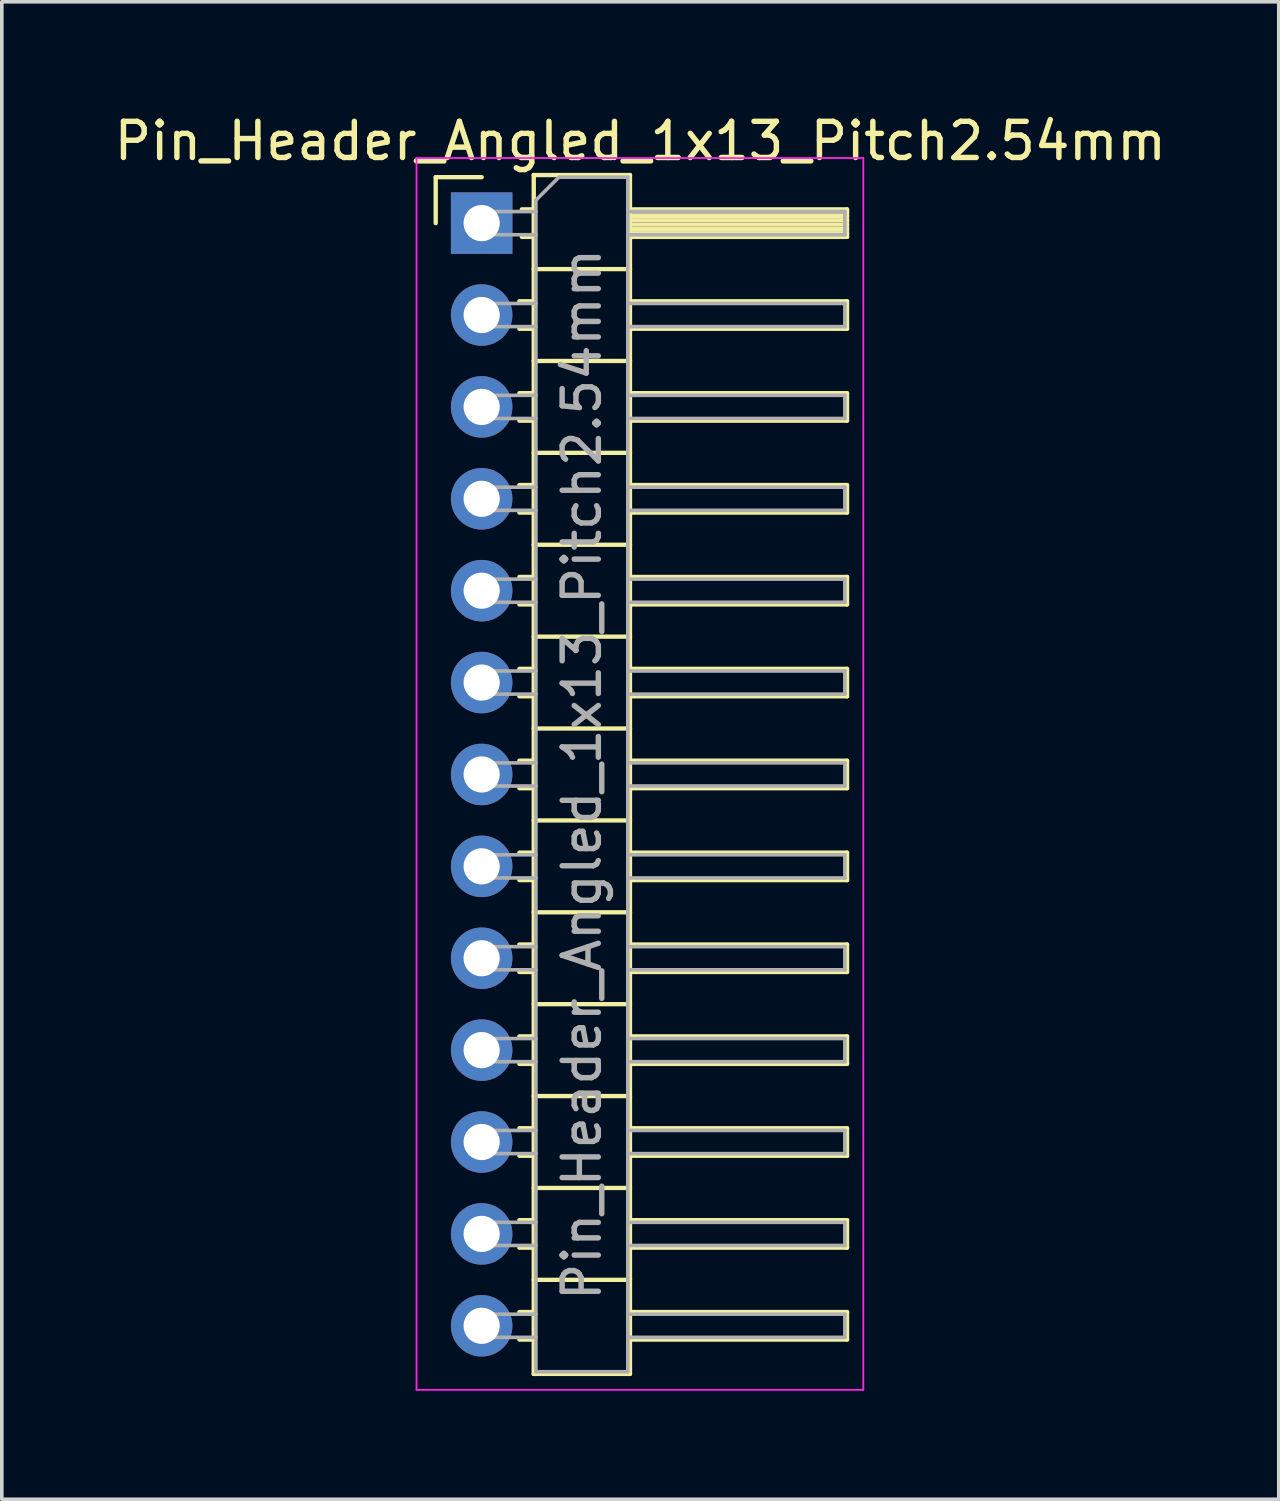
<source format=kicad_pcb>
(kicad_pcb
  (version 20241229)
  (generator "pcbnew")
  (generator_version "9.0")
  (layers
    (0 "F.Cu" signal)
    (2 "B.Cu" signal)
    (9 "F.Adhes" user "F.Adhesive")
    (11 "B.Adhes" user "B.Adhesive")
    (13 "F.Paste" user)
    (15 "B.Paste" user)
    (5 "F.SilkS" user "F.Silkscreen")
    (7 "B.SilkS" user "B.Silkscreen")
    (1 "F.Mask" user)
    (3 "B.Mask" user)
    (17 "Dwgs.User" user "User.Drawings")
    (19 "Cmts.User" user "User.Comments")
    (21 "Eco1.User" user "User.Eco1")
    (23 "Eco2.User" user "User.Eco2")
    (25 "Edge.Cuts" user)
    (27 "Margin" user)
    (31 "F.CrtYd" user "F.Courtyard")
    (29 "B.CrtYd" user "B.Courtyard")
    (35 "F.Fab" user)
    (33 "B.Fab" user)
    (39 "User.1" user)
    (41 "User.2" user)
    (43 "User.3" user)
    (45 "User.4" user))
  (footprint "Pin_Header_Angled_1x13_Pitch2.54mm"
    (layer "F.Cu")
    (at 10.264 3.118)
    (property "Reference" "Pin_Header_Angled_1x13_Pitch2.54mm" (at 4.385 -2.27 0) (layer "F.SilkS") (effects (font (size 1 1) (thickness 0.15))))
    (attr through_hole)
    (fp_line (start -1.27 -1.27) (end 0 -1.27) (stroke (width 0.12) (type solid)) (layer "F.SilkS"))
    (fp_line (start -1.27 0) (end -1.27 -1.27) (stroke (width 0.12) (type solid)) (layer "F.SilkS"))
    (fp_line (start 1.043 2.16) (end 1.44 2.16) (stroke (width 0.12) (type solid)) (layer "F.SilkS"))
    (fp_line (start 1.043 2.92) (end 1.44 2.92) (stroke (width 0.12) (type solid)) (layer "F.SilkS"))
    (fp_line (start 1.043 4.7) (end 1.44 4.7) (stroke (width 0.12) (type solid)) (layer "F.SilkS"))
    (fp_line (start 1.043 5.46) (end 1.44 5.46) (stroke (width 0.12) (type solid)) (layer "F.SilkS"))
    (fp_line (start 1.043 7.24) (end 1.44 7.24) (stroke (width 0.12) (type solid)) (layer "F.SilkS"))
    (fp_line (start 1.043 8) (end 1.44 8) (stroke (width 0.12) (type solid)) (layer "F.SilkS"))
    (fp_line (start 1.043 9.78) (end 1.44 9.78) (stroke (width 0.12) (type solid)) (layer "F.SilkS"))
    (fp_line (start 1.043 10.54) (end 1.44 10.54) (stroke (width 0.12) (type solid)) (layer "F.SilkS"))
    (fp_line (start 1.043 12.32) (end 1.44 12.32) (stroke (width 0.12) (type solid)) (layer "F.SilkS"))
    (fp_line (start 1.043 13.08) (end 1.44 13.08) (stroke (width 0.12) (type solid)) (layer "F.SilkS"))
    (fp_line (start 1.043 14.86) (end 1.44 14.86) (stroke (width 0.12) (type solid)) (layer "F.SilkS"))
    (fp_line (start 1.043 15.62) (end 1.44 15.62) (stroke (width 0.12) (type solid)) (layer "F.SilkS"))
    (fp_line (start 1.043 17.4) (end 1.44 17.4) (stroke (width 0.12) (type solid)) (layer "F.SilkS"))
    (fp_line (start 1.043 18.16) (end 1.44 18.16) (stroke (width 0.12) (type solid)) (layer "F.SilkS"))
    (fp_line (start 1.043 19.94) (end 1.44 19.94) (stroke (width 0.12) (type solid)) (layer "F.SilkS"))
    (fp_line (start 1.043 20.7) (end 1.44 20.7) (stroke (width 0.12) (type solid)) (layer "F.SilkS"))
    (fp_line (start 1.043 22.48) (end 1.44 22.48) (stroke (width 0.12) (type solid)) (layer "F.SilkS"))
    (fp_line (start 1.043 23.24) (end 1.44 23.24) (stroke (width 0.12) (type solid)) (layer "F.SilkS"))
    (fp_line (start 1.043 25.02) (end 1.44 25.02) (stroke (width 0.12) (type solid)) (layer "F.SilkS"))
    (fp_line (start 1.043 25.78) (end 1.44 25.78) (stroke (width 0.12) (type solid)) (layer "F.SilkS"))
    (fp_line (start 1.043 27.56) (end 1.44 27.56) (stroke (width 0.12) (type solid)) (layer "F.SilkS"))
    (fp_line (start 1.043 28.32) (end 1.44 28.32) (stroke (width 0.12) (type solid)) (layer "F.SilkS"))
    (fp_line (start 1.043 30.1) (end 1.44 30.1) (stroke (width 0.12) (type solid)) (layer "F.SilkS"))
    (fp_line (start 1.043 30.86) (end 1.44 30.86) (stroke (width 0.12) (type solid)) (layer "F.SilkS"))
    (fp_line (start 1.11 -0.38) (end 1.44 -0.38) (stroke (width 0.12) (type solid)) (layer "F.SilkS"))
    (fp_line (start 1.11 0.38) (end 1.44 0.38) (stroke (width 0.12) (type solid)) (layer "F.SilkS"))
    (fp_line (start 1.44 -1.33) (end 1.44 31.81) (stroke (width 0.12) (type solid)) (layer "F.SilkS"))
    (fp_line (start 1.44 1.27) (end 4.1 1.27) (stroke (width 0.12) (type solid)) (layer "F.SilkS"))
    (fp_line (start 1.44 3.81) (end 4.1 3.81) (stroke (width 0.12) (type solid)) (layer "F.SilkS"))
    (fp_line (start 1.44 6.35) (end 4.1 6.35) (stroke (width 0.12) (type solid)) (layer "F.SilkS"))
    (fp_line (start 1.44 8.89) (end 4.1 8.89) (stroke (width 0.12) (type solid)) (layer "F.SilkS"))
    (fp_line (start 1.44 11.43) (end 4.1 11.43) (stroke (width 0.12) (type solid)) (layer "F.SilkS"))
    (fp_line (start 1.44 13.97) (end 4.1 13.97) (stroke (width 0.12) (type solid)) (layer "F.SilkS"))
    (fp_line (start 1.44 16.51) (end 4.1 16.51) (stroke (width 0.12) (type solid)) (layer "F.SilkS"))
    (fp_line (start 1.44 19.05) (end 4.1 19.05) (stroke (width 0.12) (type solid)) (layer "F.SilkS"))
    (fp_line (start 1.44 21.59) (end 4.1 21.59) (stroke (width 0.12) (type solid)) (layer "F.SilkS"))
    (fp_line (start 1.44 24.13) (end 4.1 24.13) (stroke (width 0.12) (type solid)) (layer "F.SilkS"))
    (fp_line (start 1.44 26.67) (end 4.1 26.67) (stroke (width 0.12) (type solid)) (layer "F.SilkS"))
    (fp_line (start 1.44 29.21) (end 4.1 29.21) (stroke (width 0.12) (type solid)) (layer "F.SilkS"))
    (fp_line (start 1.44 31.81) (end 4.1 31.81) (stroke (width 0.12) (type solid)) (layer "F.SilkS"))
    (fp_line (start 4.1 -1.33) (end 1.44 -1.33) (stroke (width 0.12) (type solid)) (layer "F.SilkS"))
    (fp_line (start 4.1 -0.38) (end 10.1 -0.38) (stroke (width 0.12) (type solid)) (layer "F.SilkS"))
    (fp_line (start 4.1 -0.32) (end 10.1 -0.32) (stroke (width 0.12) (type solid)) (layer "F.SilkS"))
    (fp_line (start 4.1 -0.2) (end 10.1 -0.2) (stroke (width 0.12) (type solid)) (layer "F.SilkS"))
    (fp_line (start 4.1 -0.08) (end 10.1 -0.08) (stroke (width 0.12) (type solid)) (layer "F.SilkS"))
    (fp_line (start 4.1 0.04) (end 10.1 0.04) (stroke (width 0.12) (type solid)) (layer "F.SilkS"))
    (fp_line (start 4.1 0.16) (end 10.1 0.16) (stroke (width 0.12) (type solid)) (layer "F.SilkS"))
    (fp_line (start 4.1 0.28) (end 10.1 0.28) (stroke (width 0.12) (type solid)) (layer "F.SilkS"))
    (fp_line (start 4.1 2.16) (end 10.1 2.16) (stroke (width 0.12) (type solid)) (layer "F.SilkS"))
    (fp_line (start 4.1 4.7) (end 10.1 4.7) (stroke (width 0.12) (type solid)) (layer "F.SilkS"))
    (fp_line (start 4.1 7.24) (end 10.1 7.24) (stroke (width 0.12) (type solid)) (layer "F.SilkS"))
    (fp_line (start 4.1 9.78) (end 10.1 9.78) (stroke (width 0.12) (type solid)) (layer "F.SilkS"))
    (fp_line (start 4.1 12.32) (end 10.1 12.32) (stroke (width 0.12) (type solid)) (layer "F.SilkS"))
    (fp_line (start 4.1 14.86) (end 10.1 14.86) (stroke (width 0.12) (type solid)) (layer "F.SilkS"))
    (fp_line (start 4.1 17.4) (end 10.1 17.4) (stroke (width 0.12) (type solid)) (layer "F.SilkS"))
    (fp_line (start 4.1 19.94) (end 10.1 19.94) (stroke (width 0.12) (type solid)) (layer "F.SilkS"))
    (fp_line (start 4.1 22.48) (end 10.1 22.48) (stroke (width 0.12) (type solid)) (layer "F.SilkS"))
    (fp_line (start 4.1 25.02) (end 10.1 25.02) (stroke (width 0.12) (type solid)) (layer "F.SilkS"))
    (fp_line (start 4.1 27.56) (end 10.1 27.56) (stroke (width 0.12) (type solid)) (layer "F.SilkS"))
    (fp_line (start 4.1 30.1) (end 10.1 30.1) (stroke (width 0.12) (type solid)) (layer "F.SilkS"))
    (fp_line (start 4.1 31.81) (end 4.1 -1.33) (stroke (width 0.12) (type solid)) (layer "F.SilkS"))
    (fp_line (start 10.1 -0.38) (end 10.1 0.38) (stroke (width 0.12) (type solid)) (layer "F.SilkS"))
    (fp_line (start 10.1 0.38) (end 4.1 0.38) (stroke (width 0.12) (type solid)) (layer "F.SilkS"))
    (fp_line (start 10.1 2.16) (end 10.1 2.92) (stroke (width 0.12) (type solid)) (layer "F.SilkS"))
    (fp_line (start 10.1 2.92) (end 4.1 2.92) (stroke (width 0.12) (type solid)) (layer "F.SilkS"))
    (fp_line (start 10.1 4.7) (end 10.1 5.46) (stroke (width 0.12) (type solid)) (layer "F.SilkS"))
    (fp_line (start 10.1 5.46) (end 4.1 5.46) (stroke (width 0.12) (type solid)) (layer "F.SilkS"))
    (fp_line (start 10.1 7.24) (end 10.1 8) (stroke (width 0.12) (type solid)) (layer "F.SilkS"))
    (fp_line (start 10.1 8) (end 4.1 8) (stroke (width 0.12) (type solid)) (layer "F.SilkS"))
    (fp_line (start 10.1 9.78) (end 10.1 10.54) (stroke (width 0.12) (type solid)) (layer "F.SilkS"))
    (fp_line (start 10.1 10.54) (end 4.1 10.54) (stroke (width 0.12) (type solid)) (layer "F.SilkS"))
    (fp_line (start 10.1 12.32) (end 10.1 13.08) (stroke (width 0.12) (type solid)) (layer "F.SilkS"))
    (fp_line (start 10.1 13.08) (end 4.1 13.08) (stroke (width 0.12) (type solid)) (layer "F.SilkS"))
    (fp_line (start 10.1 14.86) (end 10.1 15.62) (stroke (width 0.12) (type solid)) (layer "F.SilkS"))
    (fp_line (start 10.1 15.62) (end 4.1 15.62) (stroke (width 0.12) (type solid)) (layer "F.SilkS"))
    (fp_line (start 10.1 17.4) (end 10.1 18.16) (stroke (width 0.12) (type solid)) (layer "F.SilkS"))
    (fp_line (start 10.1 18.16) (end 4.1 18.16) (stroke (width 0.12) (type solid)) (layer "F.SilkS"))
    (fp_line (start 10.1 19.94) (end 10.1 20.7) (stroke (width 0.12) (type solid)) (layer "F.SilkS"))
    (fp_line (start 10.1 20.7) (end 4.1 20.7) (stroke (width 0.12) (type solid)) (layer "F.SilkS"))
    (fp_line (start 10.1 22.48) (end 10.1 23.24) (stroke (width 0.12) (type solid)) (layer "F.SilkS"))
    (fp_line (start 10.1 23.24) (end 4.1 23.24) (stroke (width 0.12) (type solid)) (layer "F.SilkS"))
    (fp_line (start 10.1 25.02) (end 10.1 25.78) (stroke (width 0.12) (type solid)) (layer "F.SilkS"))
    (fp_line (start 10.1 25.78) (end 4.1 25.78) (stroke (width 0.12) (type solid)) (layer "F.SilkS"))
    (fp_line (start 10.1 27.56) (end 10.1 28.32) (stroke (width 0.12) (type solid)) (layer "F.SilkS"))
    (fp_line (start 10.1 28.32) (end 4.1 28.32) (stroke (width 0.12) (type solid)) (layer "F.SilkS"))
    (fp_line (start 10.1 30.1) (end 10.1 30.86) (stroke (width 0.12) (type solid)) (layer "F.SilkS"))
    (fp_line (start 10.1 30.86) (end 4.1 30.86) (stroke (width 0.12) (type solid)) (layer "F.SilkS"))
    (fp_line (start -1.8 -1.8) (end -1.8 32.25) (stroke (width 0.05) (type solid)) (layer "F.CrtYd"))
    (fp_line (start -1.8 32.25) (end 10.55 32.25) (stroke (width 0.05) (type solid)) (layer "F.CrtYd"))
    (fp_line (start 10.55 -1.8) (end -1.8 -1.8) (stroke (width 0.05) (type solid)) (layer "F.CrtYd"))
    (fp_line (start 10.55 32.25) (end 10.55 -1.8) (stroke (width 0.05) (type solid)) (layer "F.CrtYd"))
    (fp_line (start -0.32 -0.32) (end -0.32 0.32) (stroke (width 0.1) (type solid)) (layer "F.Fab"))
    (fp_line (start -0.32 -0.32) (end 1.5 -0.32) (stroke (width 0.1) (type solid)) (layer "F.Fab"))
    (fp_line (start -0.32 0.32) (end 1.5 0.32) (stroke (width 0.1) (type solid)) (layer "F.Fab"))
    (fp_line (start -0.32 2.22) (end -0.32 2.86) (stroke (width 0.1) (type solid)) (layer "F.Fab"))
    (fp_line (start -0.32 2.22) (end 1.5 2.22) (stroke (width 0.1) (type solid)) (layer "F.Fab"))
    (fp_line (start -0.32 2.86) (end 1.5 2.86) (stroke (width 0.1) (type solid)) (layer "F.Fab"))
    (fp_line (start -0.32 4.76) (end -0.32 5.4) (stroke (width 0.1) (type solid)) (layer "F.Fab"))
    (fp_line (start -0.32 4.76) (end 1.5 4.76) (stroke (width 0.1) (type solid)) (layer "F.Fab"))
    (fp_line (start -0.32 5.4) (end 1.5 5.4) (stroke (width 0.1) (type solid)) (layer "F.Fab"))
    (fp_line (start -0.32 7.3) (end -0.32 7.94) (stroke (width 0.1) (type solid)) (layer "F.Fab"))
    (fp_line (start -0.32 7.3) (end 1.5 7.3) (stroke (width 0.1) (type solid)) (layer "F.Fab"))
    (fp_line (start -0.32 7.94) (end 1.5 7.94) (stroke (width 0.1) (type solid)) (layer "F.Fab"))
    (fp_line (start -0.32 9.84) (end -0.32 10.48) (stroke (width 0.1) (type solid)) (layer "F.Fab"))
    (fp_line (start -0.32 9.84) (end 1.5 9.84) (stroke (width 0.1) (type solid)) (layer "F.Fab"))
    (fp_line (start -0.32 10.48) (end 1.5 10.48) (stroke (width 0.1) (type solid)) (layer "F.Fab"))
    (fp_line (start -0.32 12.38) (end -0.32 13.02) (stroke (width 0.1) (type solid)) (layer "F.Fab"))
    (fp_line (start -0.32 12.38) (end 1.5 12.38) (stroke (width 0.1) (type solid)) (layer "F.Fab"))
    (fp_line (start -0.32 13.02) (end 1.5 13.02) (stroke (width 0.1) (type solid)) (layer "F.Fab"))
    (fp_line (start -0.32 14.92) (end -0.32 15.56) (stroke (width 0.1) (type solid)) (layer "F.Fab"))
    (fp_line (start -0.32 14.92) (end 1.5 14.92) (stroke (width 0.1) (type solid)) (layer "F.Fab"))
    (fp_line (start -0.32 15.56) (end 1.5 15.56) (stroke (width 0.1) (type solid)) (layer "F.Fab"))
    (fp_line (start -0.32 17.46) (end -0.32 18.1) (stroke (width 0.1) (type solid)) (layer "F.Fab"))
    (fp_line (start -0.32 17.46) (end 1.5 17.46) (stroke (width 0.1) (type solid)) (layer "F.Fab"))
    (fp_line (start -0.32 18.1) (end 1.5 18.1) (stroke (width 0.1) (type solid)) (layer "F.Fab"))
    (fp_line (start -0.32 20) (end -0.32 20.64) (stroke (width 0.1) (type solid)) (layer "F.Fab"))
    (fp_line (start -0.32 20) (end 1.5 20) (stroke (width 0.1) (type solid)) (layer "F.Fab"))
    (fp_line (start -0.32 20.64) (end 1.5 20.64) (stroke (width 0.1) (type solid)) (layer "F.Fab"))
    (fp_line (start -0.32 22.54) (end -0.32 23.18) (stroke (width 0.1) (type solid)) (layer "F.Fab"))
    (fp_line (start -0.32 22.54) (end 1.5 22.54) (stroke (width 0.1) (type solid)) (layer "F.Fab"))
    (fp_line (start -0.32 23.18) (end 1.5 23.18) (stroke (width 0.1) (type solid)) (layer "F.Fab"))
    (fp_line (start -0.32 25.08) (end -0.32 25.72) (stroke (width 0.1) (type solid)) (layer "F.Fab"))
    (fp_line (start -0.32 25.08) (end 1.5 25.08) (stroke (width 0.1) (type solid)) (layer "F.Fab"))
    (fp_line (start -0.32 25.72) (end 1.5 25.72) (stroke (width 0.1) (type solid)) (layer "F.Fab"))
    (fp_line (start -0.32 27.62) (end -0.32 28.26) (stroke (width 0.1) (type solid)) (layer "F.Fab"))
    (fp_line (start -0.32 27.62) (end 1.5 27.62) (stroke (width 0.1) (type solid)) (layer "F.Fab"))
    (fp_line (start -0.32 28.26) (end 1.5 28.26) (stroke (width 0.1) (type solid)) (layer "F.Fab"))
    (fp_line (start -0.32 30.16) (end -0.32 30.8) (stroke (width 0.1) (type solid)) (layer "F.Fab"))
    (fp_line (start -0.32 30.16) (end 1.5 30.16) (stroke (width 0.1) (type solid)) (layer "F.Fab"))
    (fp_line (start -0.32 30.8) (end 1.5 30.8) (stroke (width 0.1) (type solid)) (layer "F.Fab"))
    (fp_line (start 1.5 -0.635) (end 2.135 -1.27) (stroke (width 0.1) (type solid)) (layer "F.Fab"))
    (fp_line (start 1.5 31.75) (end 1.5 -0.635) (stroke (width 0.1) (type solid)) (layer "F.Fab"))
    (fp_line (start 2.135 -1.27) (end 4.04 -1.27) (stroke (width 0.1) (type solid)) (layer "F.Fab"))
    (fp_line (start 4.04 -1.27) (end 4.04 31.75) (stroke (width 0.1) (type solid)) (layer "F.Fab"))
    (fp_line (start 4.04 -0.32) (end 10.04 -0.32) (stroke (width 0.1) (type solid)) (layer "F.Fab"))
    (fp_line (start 4.04 0.32) (end 10.04 0.32) (stroke (width 0.1) (type solid)) (layer "F.Fab"))
    (fp_line (start 4.04 2.22) (end 10.04 2.22) (stroke (width 0.1) (type solid)) (layer "F.Fab"))
    (fp_line (start 4.04 2.86) (end 10.04 2.86) (stroke (width 0.1) (type solid)) (layer "F.Fab"))
    (fp_line (start 4.04 4.76) (end 10.04 4.76) (stroke (width 0.1) (type solid)) (layer "F.Fab"))
    (fp_line (start 4.04 5.4) (end 10.04 5.4) (stroke (width 0.1) (type solid)) (layer "F.Fab"))
    (fp_line (start 4.04 7.3) (end 10.04 7.3) (stroke (width 0.1) (type solid)) (layer "F.Fab"))
    (fp_line (start 4.04 7.94) (end 10.04 7.94) (stroke (width 0.1) (type solid)) (layer "F.Fab"))
    (fp_line (start 4.04 9.84) (end 10.04 9.84) (stroke (width 0.1) (type solid)) (layer "F.Fab"))
    (fp_line (start 4.04 10.48) (end 10.04 10.48) (stroke (width 0.1) (type solid)) (layer "F.Fab"))
    (fp_line (start 4.04 12.38) (end 10.04 12.38) (stroke (width 0.1) (type solid)) (layer "F.Fab"))
    (fp_line (start 4.04 13.02) (end 10.04 13.02) (stroke (width 0.1) (type solid)) (layer "F.Fab"))
    (fp_line (start 4.04 14.92) (end 10.04 14.92) (stroke (width 0.1) (type solid)) (layer "F.Fab"))
    (fp_line (start 4.04 15.56) (end 10.04 15.56) (stroke (width 0.1) (type solid)) (layer "F.Fab"))
    (fp_line (start 4.04 17.46) (end 10.04 17.46) (stroke (width 0.1) (type solid)) (layer "F.Fab"))
    (fp_line (start 4.04 18.1) (end 10.04 18.1) (stroke (width 0.1) (type solid)) (layer "F.Fab"))
    (fp_line (start 4.04 20) (end 10.04 20) (stroke (width 0.1) (type solid)) (layer "F.Fab"))
    (fp_line (start 4.04 20.64) (end 10.04 20.64) (stroke (width 0.1) (type solid)) (layer "F.Fab"))
    (fp_line (start 4.04 22.54) (end 10.04 22.54) (stroke (width 0.1) (type solid)) (layer "F.Fab"))
    (fp_line (start 4.04 23.18) (end 10.04 23.18) (stroke (width 0.1) (type solid)) (layer "F.Fab"))
    (fp_line (start 4.04 25.08) (end 10.04 25.08) (stroke (width 0.1) (type solid)) (layer "F.Fab"))
    (fp_line (start 4.04 25.72) (end 10.04 25.72) (stroke (width 0.1) (type solid)) (layer "F.Fab"))
    (fp_line (start 4.04 27.62) (end 10.04 27.62) (stroke (width 0.1) (type solid)) (layer "F.Fab"))
    (fp_line (start 4.04 28.26) (end 10.04 28.26) (stroke (width 0.1) (type solid)) (layer "F.Fab"))
    (fp_line (start 4.04 30.16) (end 10.04 30.16) (stroke (width 0.1) (type solid)) (layer "F.Fab"))
    (fp_line (start 4.04 30.8) (end 10.04 30.8) (stroke (width 0.1) (type solid)) (layer "F.Fab"))
    (fp_line (start 4.04 31.75) (end 1.5 31.75) (stroke (width 0.1) (type solid)) (layer "F.Fab"))
    (fp_line (start 10.04 -0.32) (end 10.04 0.32) (stroke (width 0.1) (type solid)) (layer "F.Fab"))
    (fp_line (start 10.04 2.22) (end 10.04 2.86) (stroke (width 0.1) (type solid)) (layer "F.Fab"))
    (fp_line (start 10.04 4.76) (end 10.04 5.4) (stroke (width 0.1) (type solid)) (layer "F.Fab"))
    (fp_line (start 10.04 7.3) (end 10.04 7.94) (stroke (width 0.1) (type solid)) (layer "F.Fab"))
    (fp_line (start 10.04 9.84) (end 10.04 10.48) (stroke (width 0.1) (type solid)) (layer "F.Fab"))
    (fp_line (start 10.04 12.38) (end 10.04 13.02) (stroke (width 0.1) (type solid)) (layer "F.Fab"))
    (fp_line (start 10.04 14.92) (end 10.04 15.56) (stroke (width 0.1) (type solid)) (layer "F.Fab"))
    (fp_line (start 10.04 17.46) (end 10.04 18.1) (stroke (width 0.1) (type solid)) (layer "F.Fab"))
    (fp_line (start 10.04 20) (end 10.04 20.64) (stroke (width 0.1) (type solid)) (layer "F.Fab"))
    (fp_line (start 10.04 22.54) (end 10.04 23.18) (stroke (width 0.1) (type solid)) (layer "F.Fab"))
    (fp_line (start 10.04 25.08) (end 10.04 25.72) (stroke (width 0.1) (type solid)) (layer "F.Fab"))
    (fp_line (start 10.04 27.62) (end 10.04 28.26) (stroke (width 0.1) (type solid)) (layer "F.Fab"))
    (fp_line (start 10.04 30.16) (end 10.04 30.8) (stroke (width 0.1) (type solid)) (layer "F.Fab"))
    (fp_text user "${REFERENCE}" (at 2.77 15.24 90) (layer "F.Fab") (effects (font (size 1 1) (thickness 0.15))))
    (pad "1" thru_hole rect (at 0 0) (size 1.7 1.7) (drill 1) (layers "*.Cu" "*.Mask"))
    (pad "2" thru_hole oval (at 0 2.54) (size 1.7 1.7) (drill 1) (layers "*.Cu" "*.Mask"))
    (pad "3" thru_hole oval (at 0 5.08) (size 1.7 1.7) (drill 1) (layers "*.Cu" "*.Mask"))
    (pad "4" thru_hole oval (at 0 7.62) (size 1.7 1.7) (drill 1) (layers "*.Cu" "*.Mask"))
    (pad "5" thru_hole oval (at 0 10.16) (size 1.7 1.7) (drill 1) (layers "*.Cu" "*.Mask"))
    (pad "6" thru_hole oval (at 0 12.7) (size 1.7 1.7) (drill 1) (layers "*.Cu" "*.Mask"))
    (pad "7" thru_hole oval (at 0 15.24) (size 1.7 1.7) (drill 1) (layers "*.Cu" "*.Mask"))
    (pad "8" thru_hole oval (at 0 17.78) (size 1.7 1.7) (drill 1) (layers "*.Cu" "*.Mask"))
    (pad "9" thru_hole oval (at 0 20.32) (size 1.7 1.7) (drill 1) (layers "*.Cu" "*.Mask"))
    (pad "10" thru_hole oval (at 0 22.86) (size 1.7 1.7) (drill 1) (layers "*.Cu" "*.Mask"))
    (pad "11" thru_hole oval (at 0 25.4) (size 1.7 1.7) (drill 1) (layers "*.Cu" "*.Mask"))
    (pad "12" thru_hole oval (at 0 27.94) (size 1.7 1.7) (drill 1) (layers "*.Cu" "*.Mask"))
    (pad "13" thru_hole oval (at 0 30.48) (size 1.7 1.7) (drill 1) (layers "*.Cu" "*.Mask")))
  (gr_rect
    (start -3 -3)
    (end 32.298 38.393)
    (stroke (width 0.1) (type default))
    (fill no)
    (layer "Edge.Cuts")))
</source>
